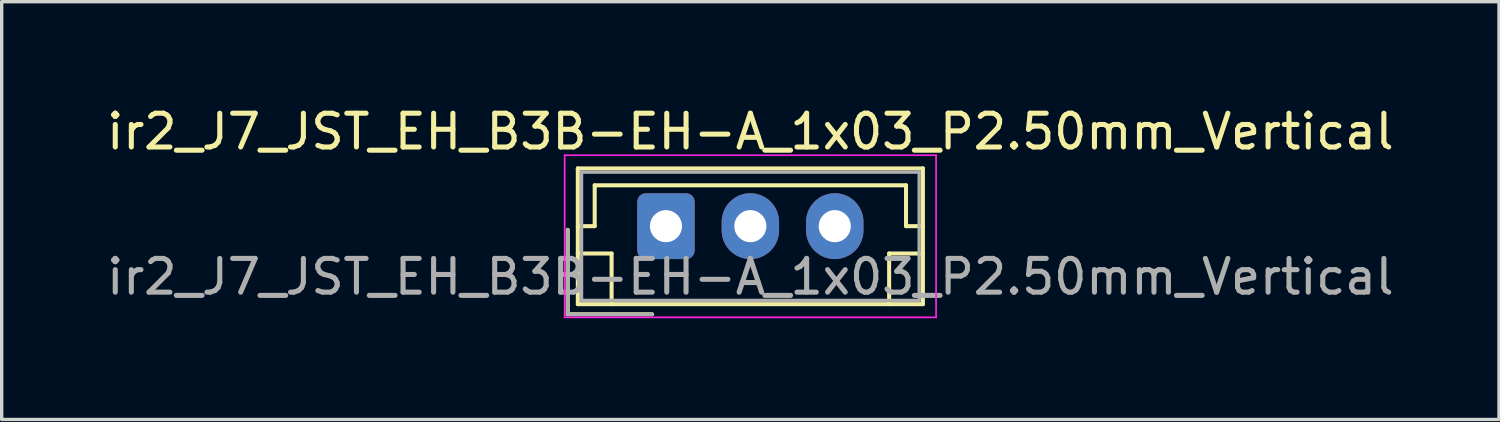
<source format=kicad_pcb>
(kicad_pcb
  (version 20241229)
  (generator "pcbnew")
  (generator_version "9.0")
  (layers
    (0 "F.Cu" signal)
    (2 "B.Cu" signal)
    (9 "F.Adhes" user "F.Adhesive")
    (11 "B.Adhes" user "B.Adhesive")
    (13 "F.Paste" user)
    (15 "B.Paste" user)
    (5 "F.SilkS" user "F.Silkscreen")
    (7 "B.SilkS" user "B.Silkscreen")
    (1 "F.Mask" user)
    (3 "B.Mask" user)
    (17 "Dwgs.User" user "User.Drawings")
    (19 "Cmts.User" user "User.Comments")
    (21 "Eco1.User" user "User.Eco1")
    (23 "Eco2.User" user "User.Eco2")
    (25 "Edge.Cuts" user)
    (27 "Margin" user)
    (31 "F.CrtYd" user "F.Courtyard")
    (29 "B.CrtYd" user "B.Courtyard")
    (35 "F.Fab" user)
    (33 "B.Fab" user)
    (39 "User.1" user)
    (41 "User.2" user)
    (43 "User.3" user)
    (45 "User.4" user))
  (footprint "ir2_J7_JST_EH_B3B-EH-A_1x03_P2.50mm_Vertical"
    (layer "F.Cu")
    (at 16.673 3.648)
    (property "Reference" "ir2_J7_JST_EH_B3B-EH-A_1x03_P2.50mm_Vertical" (at 2.5 -2.8 0) (layer "F.SilkS") (effects (font (size 1 1) (thickness 0.15))))
    (attr through_hole)
    (fp_line (start -2.91 0.11) (end -2.91 2.61) (stroke (width 0.12) (type solid)) (layer "F.SilkS"))
    (fp_line (start -2.91 2.61) (end -0.41 2.61) (stroke (width 0.12) (type solid)) (layer "F.SilkS"))
    (fp_line (start -2.61 -1.71) (end -2.61 2.31) (stroke (width 0.12) (type solid)) (layer "F.SilkS"))
    (fp_line (start -2.61 0) (end -2.11 0) (stroke (width 0.12) (type solid)) (layer "F.SilkS"))
    (fp_line (start -2.61 0.81) (end -1.61 0.81) (stroke (width 0.12) (type solid)) (layer "F.SilkS"))
    (fp_line (start -2.61 2.31) (end 7.61 2.31) (stroke (width 0.12) (type solid)) (layer "F.SilkS"))
    (fp_line (start -2.11 -1.21) (end 7.11 -1.21) (stroke (width 0.12) (type solid)) (layer "F.SilkS"))
    (fp_line (start -2.11 0) (end -2.11 -1.21) (stroke (width 0.12) (type solid)) (layer "F.SilkS"))
    (fp_line (start -1.61 0.81) (end -1.61 2.31) (stroke (width 0.12) (type solid)) (layer "F.SilkS"))
    (fp_line (start 6.61 0.81) (end 6.61 2.31) (stroke (width 0.12) (type solid)) (layer "F.SilkS"))
    (fp_line (start 7.11 -1.21) (end 7.11 0) (stroke (width 0.12) (type solid)) (layer "F.SilkS"))
    (fp_line (start 7.11 0) (end 7.61 0) (stroke (width 0.12) (type solid)) (layer "F.SilkS"))
    (fp_line (start 7.61 -1.71) (end -2.61 -1.71) (stroke (width 0.12) (type solid)) (layer "F.SilkS"))
    (fp_line (start 7.61 0.81) (end 6.61 0.81) (stroke (width 0.12) (type solid)) (layer "F.SilkS"))
    (fp_line (start 7.61 2.31) (end 7.61 -1.71) (stroke (width 0.12) (type solid)) (layer "F.SilkS"))
    (fp_line (start -3 -2.1) (end -3 2.7) (stroke (width 0.05) (type solid)) (layer "F.CrtYd"))
    (fp_line (start -3 2.7) (end 8 2.7) (stroke (width 0.05) (type solid)) (layer "F.CrtYd"))
    (fp_line (start 8 -2.1) (end -3 -2.1) (stroke (width 0.05) (type solid)) (layer "F.CrtYd"))
    (fp_line (start 8 2.7) (end 8 -2.1) (stroke (width 0.05) (type solid)) (layer "F.CrtYd"))
    (fp_line (start -2.91 0.11) (end -2.91 2.61) (stroke (width 0.1) (type solid)) (layer "F.Fab"))
    (fp_line (start -2.91 2.61) (end -0.41 2.61) (stroke (width 0.1) (type solid)) (layer "F.Fab"))
    (fp_line (start -2.5 -1.6) (end -2.5 2.2) (stroke (width 0.1) (type solid)) (layer "F.Fab"))
    (fp_line (start -2.5 2.2) (end 7.5 2.2) (stroke (width 0.1) (type solid)) (layer "F.Fab"))
    (fp_line (start 7.5 -1.6) (end -2.5 -1.6) (stroke (width 0.1) (type solid)) (layer "F.Fab"))
    (fp_line (start 7.5 2.2) (end 7.5 -1.6) (stroke (width 0.1) (type solid)) (layer "F.Fab"))
    (fp_text user "${REFERENCE}" (at 2.5 1.5 0) (layer "F.Fab") (effects (font (size 1 1) (thickness 0.15))))
    (pad "1" thru_hole roundrect (at 0 0) (size 1.7 1.95) (drill 0.95) (layers "*.Cu" "*.Mask") (roundrect_rratio 0.147))
    (pad "2" thru_hole oval (at 2.5 0) (size 1.7 1.95) (drill 0.95) (layers "*.Cu" "*.Mask"))
    (pad "3" thru_hole oval (at 5 0) (size 1.7 1.95) (drill 0.95) (layers "*.Cu" "*.Mask")))
  (gr_rect
    (start -3 -3)
    (end 41.345 9.373)
    (stroke (width 0.1) (type default))
    (fill no)
    (layer "Edge.Cuts")))
</source>
